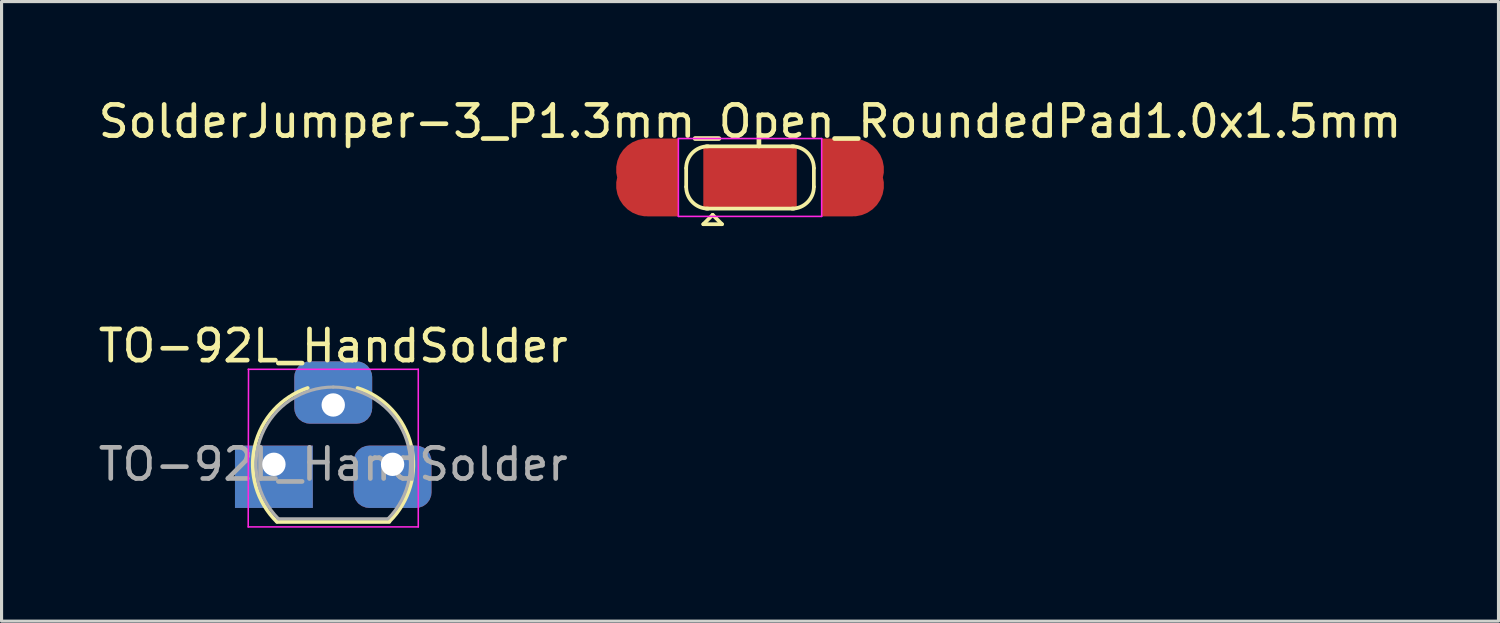
<source format=kicad_pcb>
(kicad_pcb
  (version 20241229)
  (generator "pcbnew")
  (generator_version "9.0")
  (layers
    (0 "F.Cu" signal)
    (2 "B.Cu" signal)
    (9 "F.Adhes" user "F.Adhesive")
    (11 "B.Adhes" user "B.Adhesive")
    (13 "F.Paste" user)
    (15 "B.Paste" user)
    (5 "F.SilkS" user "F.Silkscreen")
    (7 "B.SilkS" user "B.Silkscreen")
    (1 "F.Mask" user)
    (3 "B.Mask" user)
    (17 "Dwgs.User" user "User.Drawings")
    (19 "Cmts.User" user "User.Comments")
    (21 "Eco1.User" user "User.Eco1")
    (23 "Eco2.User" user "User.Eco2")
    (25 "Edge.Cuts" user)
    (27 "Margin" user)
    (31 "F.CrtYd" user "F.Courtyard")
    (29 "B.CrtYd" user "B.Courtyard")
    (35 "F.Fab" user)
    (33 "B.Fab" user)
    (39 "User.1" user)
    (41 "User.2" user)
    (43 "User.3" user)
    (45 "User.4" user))
  (footprint "SolderJumper-3_P1.3mm_Open_RoundedPad1.0x1.5mm"
    (layer "F.Cu")
    (at 21.03 2.648)
    (property "Reference" "SolderJumper-3_P1.3mm_Open_RoundedPad1.0x1.5mm" (at 0 -1.8 0) (layer "F.SilkS") (effects (font (size 1 1) (thickness 0.15))))
    (attr exclude_from_pos_files exclude_from_bom)
    (fp_line (start -2.05 0.3) (end -2.05 -0.3) (stroke (width 0.12) (type solid)) (layer "F.SilkS"))
    (fp_line (start -1.5 1.5) (end -0.9 1.5) (stroke (width 0.12) (type solid)) (layer "F.SilkS"))
    (fp_line (start -1.4 -1) (end 1.4 -1) (stroke (width 0.12) (type solid)) (layer "F.SilkS"))
    (fp_line (start -1.2 1.2) (end -1.5 1.5) (stroke (width 0.12) (type solid)) (layer "F.SilkS"))
    (fp_line (start -1.2 1.2) (end -0.9 1.5) (stroke (width 0.12) (type solid)) (layer "F.SilkS"))
    (fp_line (start 1.4 1) (end -1.4 1) (stroke (width 0.12) (type solid)) (layer "F.SilkS"))
    (fp_line (start 2.05 -0.3) (end 2.05 0.3) (stroke (width 0.12) (type solid)) (layer "F.SilkS"))
    (fp_arc (start -2.05 -0.3) (mid -1.844975 -0.794975) (end -1.35 -1) (stroke (width 0.12) (type solid)) (layer "F.SilkS"))
    (fp_arc (start -1.35 1) (mid -1.844975 0.794975) (end -2.05 0.3) (stroke (width 0.12) (type solid)) (layer "F.SilkS"))
    (fp_arc (start 1.35 -1) (mid 1.844975 -0.794975) (end 2.05 -0.3) (stroke (width 0.12) (type solid)) (layer "F.SilkS"))
    (fp_arc (start 2.05 0.3) (mid 1.844975 0.794975) (end 1.35 1) (stroke (width 0.12) (type solid)) (layer "F.SilkS"))
    (fp_line (start -2.3 -1.25) (end -2.3 1.25) (stroke (width 0.05) (type solid)) (layer "F.CrtYd"))
    (fp_line (start -2.3 -1.25) (end 2.3 -1.25) (stroke (width 0.05) (type solid)) (layer "F.CrtYd"))
    (fp_line (start 2.3 1.25) (end -2.3 1.25) (stroke (width 0.05) (type solid)) (layer "F.CrtYd"))
    (fp_line (start 2.3 1.25) (end 2.3 -1.25) (stroke (width 0.05) (type solid)) (layer "F.CrtYd"))
    (pad "1" smd custom (at -3.3 0) (size 1 0.5) (layers "F.Cu" "F.Mask") (options (anchor rect)) (primitives (gr_circle (center 0 0.25) (end 1 0.25) (width 0) (fill yes)) (gr_circle (center 0 -0.25) (end 1 -0.25) (width 0) (fill yes)) (gr_poly (pts (xy 1 -1.25) (xy 0 -1.25) (xy 0 1.25) (xy 1 1.25)) (width 0) (fill yes))))
    (pad "2" smd rect (at 0 0) (size 3 2) (layers "F.Cu" "F.Mask"))
    (pad "3" smd custom (at 3.3 0) (size 1 0.5) (layers "F.Cu" "F.Mask") (options (anchor rect)) (primitives (gr_circle (center 0 0.25) (end 1 0.25) (width 0) (fill yes)) (gr_circle (center 0 -0.25) (end 1 -0.25) (width 0) (fill yes)) (gr_poly (pts (xy -1 -1.25) (xy 0 -1.25) (xy 0 1.25) (xy -1 1.25)) (width 0) (fill yes)))))
  (footprint "TO-92L_HandSolder"
    (layer "F.Cu")
    (at 6.379 11.857)
    (property "Reference" "TO-92L_HandSolder" (at 1.27 -3.8 0) (layer "F.SilkS") (effects (font (size 1 1) (thickness 0.15))))
    (attr through_hole)
    (fp_line (start -0.53 1.85) (end 3.07 1.85) (stroke (width 0.12) (type solid)) (layer "F.SilkS"))
    (fp_arc (start -0.541453 1.842156) (mid -1.247298 -0.581475) (end 0.45 -2.45) (stroke (width 0.12) (type solid)) (layer "F.SilkS"))
    (fp_arc (start 2.05 -2.45) (mid 3.769931 -0.601036) (end 3.078445 1.827684) (stroke (width 0.12) (type solid)) (layer "F.SilkS"))
    (fp_line (start -1.46 -3.05) (end 4 -3.05) (stroke (width 0.05) (type solid)) (layer "F.CrtYd"))
    (fp_line (start -1.45 -3.05) (end -1.46 2.01) (stroke (width 0.05) (type solid)) (layer "F.CrtYd"))
    (fp_line (start 4 2.01) (end -1.46 2.01) (stroke (width 0.05) (type solid)) (layer "F.CrtYd"))
    (fp_line (start 4 2.01) (end 4 -3.05) (stroke (width 0.05) (type solid)) (layer "F.CrtYd"))
    (fp_line (start -0.5 1.75) (end 3 1.75) (stroke (width 0.1) (type solid)) (layer "F.Fab"))
    (fp_arc (start -0.483625 1.753625) (mid -1.021221 -0.949055) (end 1.27 -2.48) (stroke (width 0.1) (type solid)) (layer "F.Fab"))
    (fp_arc (start 1.27 -2.48) (mid 3.561221 -0.949055) (end 3.023625 1.753625) (stroke (width 0.1) (type solid)) (layer "F.Fab"))
    (fp_text user "${REFERENCE}" (at 1.27 0 0) (layer "F.Fab") (effects (font (size 1 1) (thickness 0.15))))
    (pad "1" thru_hole rect (at -0.635 0) (size 2.5 2) (drill 0.75 (offset 0 0.4)) (layers "*.Cu" "*.Mask"))
    (pad "2" thru_hole roundrect (at 1.27 -1.905) (size 2.5 2) (drill 0.75 (offset 0 -0.4)) (layers "*.Cu" "*.Mask") (roundrect_rratio 0.25))
    (pad "3" thru_hole roundrect (at 3.175 0) (size 2.5 2) (drill 0.75 (offset 0 0.4)) (layers "*.Cu" "*.Mask") (roundrect_rratio 0.25)))
  (gr_rect
    (start -3 -3)
    (end 45.06 16.892)
    (stroke (width 0.1) (type default))
    (fill no)
    (layer "Edge.Cuts")))
</source>
